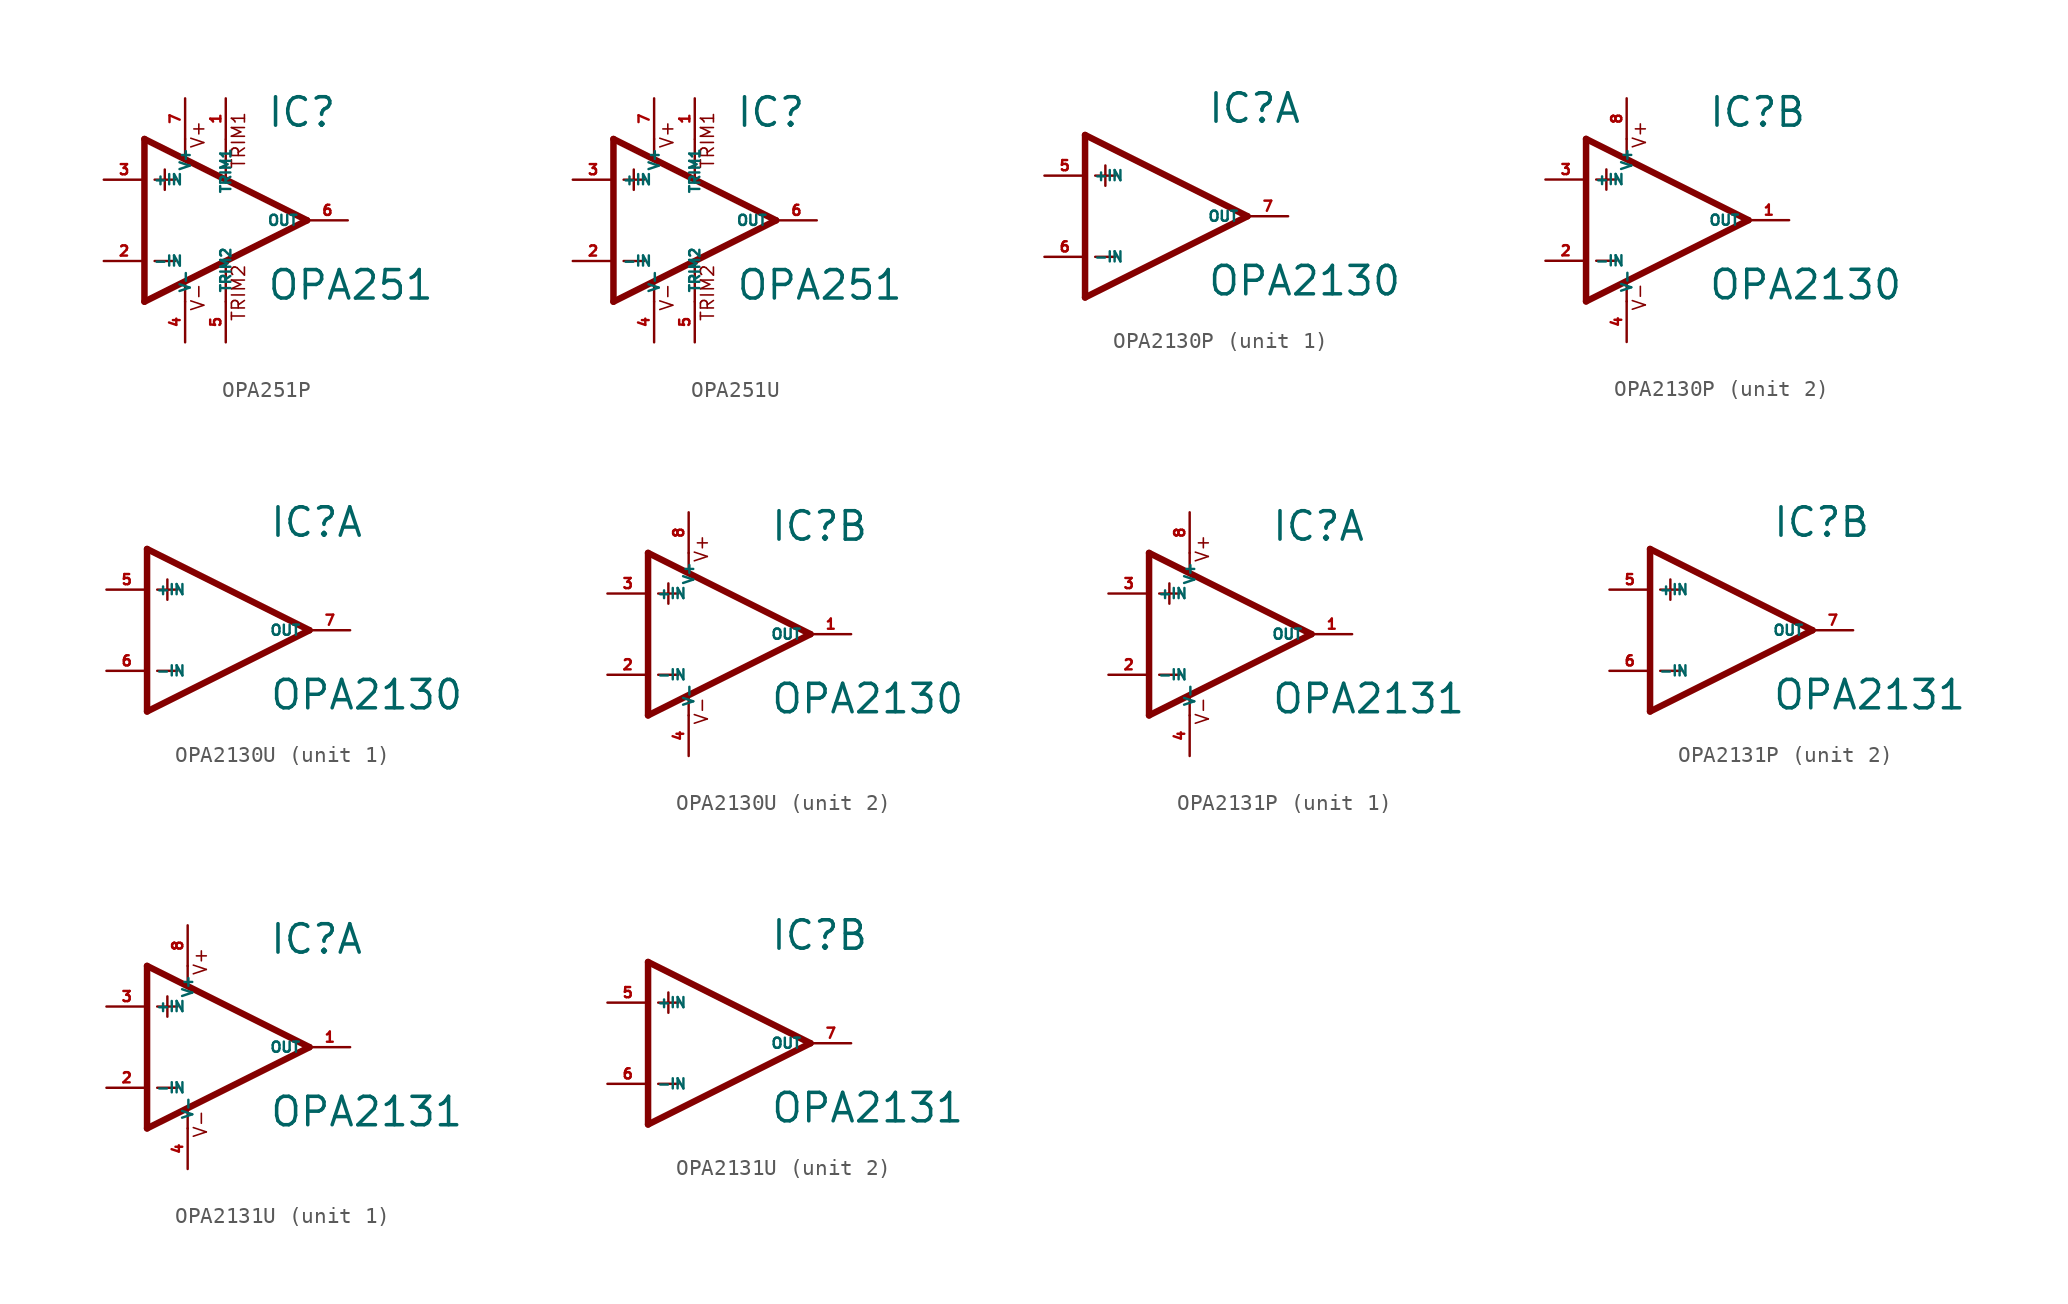
<source format=kicad_sym>
(kicad_symbol_lib
  (version 20220914)
  (generator Eagle2Kicad)
  (symbol "OPA251P"
    (property "Reference" "IC"
      (at 2.54 5.715 0)
      (effects (font (size 1.778 1.778) (thickness 0.22)) (justify left bottom)))
    (property "Value" "OPA251"
      (at 2.54 -5.08 0)
      (effects (font (size 1.778 1.778) (thickness 0.22)) (justify left bottom)))
    (polyline
      (pts (xy -3.81 3.175) (xy -3.81 1.905))
      (stroke (width 0.152) (type default))
      (fill (type none)))
    (polyline
      (pts (xy -4.445 2.54) (xy -3.175 2.54))
      (stroke (width 0.152) (type default))
      (fill (type none)))
    (polyline
      (pts (xy -4.445 -2.54) (xy -3.175 -2.54))
      (stroke (width 0.152) (type default))
      (fill (type none)))
    (polyline
      (pts (xy -2.54 5.08) (xy -2.54 3.886))
      (stroke (width 0.152) (type default))
      (fill (type none)))
    (polyline
      (pts (xy 0 5.055) (xy 0 2.616))
      (stroke (width 0.152) (type default))
      (fill (type none)))
    (polyline
      (pts (xy 0 -2.616) (xy 0 -5.08))
      (stroke (width 0.152) (type default))
      (fill (type none)))
    (polyline
      (pts (xy -2.54 -3.912) (xy -2.54 -5.08))
      (stroke (width 0.152) (type default))
      (fill (type none)))
    (polyline
      (pts (xy 5.08 0) (xy -5.08 5.08))
      (stroke (width 0.406) (type default))
      (fill (type none)))
    (polyline
      (pts (xy -5.08 5.08) (xy -5.08 -5.08))
      (stroke (width 0.406) (type default))
      (fill (type none)))
    (polyline
      (pts (xy -5.08 -5.08) (xy 5.08 0))
      (stroke (width 0.406) (type default))
      (fill (type none)))
    (text "V+"
      (at -1.27 4.445 900)
      (effects (font (size 0.813 0.813) (thickness 0.10)) (justify left bottom)))
    (text "V-"
      (at -1.27 -5.715 900)
      (effects (font (size 0.813 0.813) (thickness 0.10)) (justify left bottom)))
    (text "TRIM1"
      (at 1.27 3.175 900)
      (effects (font (size 0.813 0.813) (thickness 0.10)) (justify left bottom)))
    (text "TRIM2"
      (at 1.27 -6.35 900)
      (effects (font (size 0.813 0.813) (thickness 0.10)) (justify left bottom)))
    (pin passive line
      (at 0 7.62 270)
      (length 2.54)
      (name "TRIM1" (effects (font (size 0.635 0.635) (thickness 0.08)) (justify left bottom)))
      (number "1" (effects (font (size 0.635 0.635) (thickness 0.08)) (justify left bottom))))
    (pin input line
      (at -7.62 -2.54 0)
      (length 2.54)
      (name "-IN" (effects (font (size 0.635 0.635) (thickness 0.08)) (justify left bottom)))
      (number "2" (effects (font (size 0.635 0.635) (thickness 0.08)) (justify left bottom))))
    (pin input line
      (at -7.62 2.54 0)
      (length 2.54)
      (name "+IN" (effects (font (size 0.635 0.635) (thickness 0.08)) (justify left bottom)))
      (number "3" (effects (font (size 0.635 0.635) (thickness 0.08)) (justify left bottom))))
    (pin output line
      (at 7.62 0 180)
      (length 2.54)
      (name "OUT" (effects (font (size 0.635 0.635) (thickness 0.08)) (justify left bottom)))
      (number "6" (effects (font (size 0.635 0.635) (thickness 0.08)) (justify left bottom))))
    (pin passive line
      (at 0 -7.62 90)
      (length 2.54)
      (name "TRIM2" (effects (font (size 0.635 0.635) (thickness 0.08)) (justify left bottom)))
      (number "5" (effects (font (size 0.635 0.635) (thickness 0.08)) (justify left bottom))))
    (pin unspecified line
      (at -2.54 7.62 270)
      (length 2.54)
      (name "V+" (effects (font (size 0.635 0.635) (thickness 0.08)) (justify left bottom)))
      (number "7" (effects (font (size 0.635 0.635) (thickness 0.08)) (justify left bottom))))
    (pin unspecified line
      (at -2.54 -7.62 90)
      (length 2.54)
      (name "V-" (effects (font (size 0.635 0.635) (thickness 0.08)) (justify left bottom)))
      (number "4" (effects (font (size 0.635 0.635) (thickness 0.08)) (justify left bottom)))))
  (symbol "OPA251U"
    (property "Reference" "IC"
      (at 2.54 5.715 0)
      (effects (font (size 1.778 1.778) (thickness 0.22)) (justify left bottom)))
    (property "Value" "OPA251"
      (at 2.54 -5.08 0)
      (effects (font (size 1.778 1.778) (thickness 0.22)) (justify left bottom)))
    (polyline
      (pts (xy -3.81 3.175) (xy -3.81 1.905))
      (stroke (width 0.152) (type default))
      (fill (type none)))
    (polyline
      (pts (xy -4.445 2.54) (xy -3.175 2.54))
      (stroke (width 0.152) (type default))
      (fill (type none)))
    (polyline
      (pts (xy -4.445 -2.54) (xy -3.175 -2.54))
      (stroke (width 0.152) (type default))
      (fill (type none)))
    (polyline
      (pts (xy -2.54 5.08) (xy -2.54 3.886))
      (stroke (width 0.152) (type default))
      (fill (type none)))
    (polyline
      (pts (xy 0 5.055) (xy 0 2.616))
      (stroke (width 0.152) (type default))
      (fill (type none)))
    (polyline
      (pts (xy 0 -2.616) (xy 0 -5.08))
      (stroke (width 0.152) (type default))
      (fill (type none)))
    (polyline
      (pts (xy -2.54 -3.912) (xy -2.54 -5.08))
      (stroke (width 0.152) (type default))
      (fill (type none)))
    (polyline
      (pts (xy 5.08 0) (xy -5.08 5.08))
      (stroke (width 0.406) (type default))
      (fill (type none)))
    (polyline
      (pts (xy -5.08 5.08) (xy -5.08 -5.08))
      (stroke (width 0.406) (type default))
      (fill (type none)))
    (polyline
      (pts (xy -5.08 -5.08) (xy 5.08 0))
      (stroke (width 0.406) (type default))
      (fill (type none)))
    (text "V+"
      (at -1.27 4.445 900)
      (effects (font (size 0.813 0.813) (thickness 0.10)) (justify left bottom)))
    (text "V-"
      (at -1.27 -5.715 900)
      (effects (font (size 0.813 0.813) (thickness 0.10)) (justify left bottom)))
    (text "TRIM1"
      (at 1.27 3.175 900)
      (effects (font (size 0.813 0.813) (thickness 0.10)) (justify left bottom)))
    (text "TRIM2"
      (at 1.27 -6.35 900)
      (effects (font (size 0.813 0.813) (thickness 0.10)) (justify left bottom)))
    (pin passive line
      (at 0 7.62 270)
      (length 2.54)
      (name "TRIM1" (effects (font (size 0.635 0.635) (thickness 0.08)) (justify left bottom)))
      (number "1" (effects (font (size 0.635 0.635) (thickness 0.08)) (justify left bottom))))
    (pin input line
      (at -7.62 -2.54 0)
      (length 2.54)
      (name "-IN" (effects (font (size 0.635 0.635) (thickness 0.08)) (justify left bottom)))
      (number "2" (effects (font (size 0.635 0.635) (thickness 0.08)) (justify left bottom))))
    (pin input line
      (at -7.62 2.54 0)
      (length 2.54)
      (name "+IN" (effects (font (size 0.635 0.635) (thickness 0.08)) (justify left bottom)))
      (number "3" (effects (font (size 0.635 0.635) (thickness 0.08)) (justify left bottom))))
    (pin output line
      (at 7.62 0 180)
      (length 2.54)
      (name "OUT" (effects (font (size 0.635 0.635) (thickness 0.08)) (justify left bottom)))
      (number "6" (effects (font (size 0.635 0.635) (thickness 0.08)) (justify left bottom))))
    (pin passive line
      (at 0 -7.62 90)
      (length 2.54)
      (name "TRIM2" (effects (font (size 0.635 0.635) (thickness 0.08)) (justify left bottom)))
      (number "5" (effects (font (size 0.635 0.635) (thickness 0.08)) (justify left bottom))))
    (pin unspecified line
      (at -2.54 7.62 270)
      (length 2.54)
      (name "V+" (effects (font (size 0.635 0.635) (thickness 0.08)) (justify left bottom)))
      (number "7" (effects (font (size 0.635 0.635) (thickness 0.08)) (justify left bottom))))
    (pin unspecified line
      (at -2.54 -7.62 90)
      (length 2.54)
      (name "V-" (effects (font (size 0.635 0.635) (thickness 0.08)) (justify left bottom)))
      (number "4" (effects (font (size 0.635 0.635) (thickness 0.08)) (justify left bottom)))))
  (symbol "OPA2130P"
    (property "Reference" "IC"
      (at 2.54 5.715 0)
      (effects (font (size 1.778 1.778) (thickness 0.22)) (justify left bottom)))
    (property "Value" "OPA2130"
      (at 2.54 -5.08 0)
      (effects (font (size 1.778 1.778) (thickness 0.22)) (justify left bottom)))
    (symbol "OPA2130P_1_0"
      (polyline (pts (xy -3.81 3.175) (xy -3.81 1.905)) (stroke (width 0.152) (type default)) (fill (type none)))
      (polyline (pts (xy -4.445 2.54) (xy -3.175 2.54)) (stroke (width 0.152) (type default)) (fill (type none)))
      (polyline (pts (xy -4.445 -2.54) (xy -3.175 -2.54)) (stroke (width 0.152) (type default)) (fill (type none)))
      (polyline (pts (xy 5.08 0) (xy -5.08 5.08)) (stroke (width 0.406) (type default)) (fill (type none)))
      (polyline (pts (xy -5.08 5.08) (xy -5.08 -5.08)) (stroke (width 0.406) (type default)) (fill (type none)))
      (polyline (pts (xy -5.08 -5.08) (xy 5.08 0)) (stroke (width 0.406) (type default)) (fill (type none)))
      (pin input line (at -7.62 -2.54 0) (length 2.54) (name "-IN" (effects (font (size 0.635 0.635) (thickness 0.08)) (justify left bottom))) (number "6" (effects (font (size 0.635 0.635) (thickness 0.08)) (justify left bottom))))
      (pin input line (at -7.62 2.54 0) (length 2.54) (name "+IN" (effects (font (size 0.635 0.635) (thickness 0.08)) (justify left bottom))) (number "5" (effects (font (size 0.635 0.635) (thickness 0.08)) (justify left bottom))))
      (pin output line (at 7.62 0 180) (length 2.54) (name "OUT" (effects (font (size 0.635 0.635) (thickness 0.08)) (justify left bottom))) (number "7" (effects (font (size 0.635 0.635) (thickness 0.08)) (justify left bottom)))))
    (symbol "OPA2130P_2_0"
      (polyline (pts (xy -3.81 3.175) (xy -3.81 1.905)) (stroke (width 0.152) (type default)) (fill (type none)))
      (polyline (pts (xy -4.445 2.54) (xy -3.175 2.54)) (stroke (width 0.152) (type default)) (fill (type none)))
      (polyline (pts (xy -4.445 -2.54) (xy -3.175 -2.54)) (stroke (width 0.152) (type default)) (fill (type none)))
      (polyline (pts (xy -2.54 5.08) (xy -2.54 3.886)) (stroke (width 0.152) (type default)) (fill (type none)))
      (polyline (pts (xy -2.54 -3.912) (xy -2.54 -5.08)) (stroke (width 0.152) (type default)) (fill (type none)))
      (polyline (pts (xy 5.08 0) (xy -5.08 5.08)) (stroke (width 0.406) (type default)) (fill (type none)))
      (polyline (pts (xy -5.08 5.08) (xy -5.08 -5.08)) (stroke (width 0.406) (type default)) (fill (type none)))
      (polyline (pts (xy -5.08 -5.08) (xy 5.08 0)) (stroke (width 0.406) (type default)) (fill (type none)))
      (text "V+" (at -1.27 4.445 900) (effects (font (size 0.813 0.813) (thickness 0.10)) (justify left bottom)))
      (text "V-" (at -1.27 -5.715 900) (effects (font (size 0.813 0.813) (thickness 0.10)) (justify left bottom)))
      (pin input line (at -7.62 -2.54 0) (length 2.54) (name "-IN" (effects (font (size 0.635 0.635) (thickness 0.08)) (justify left bottom))) (number "2" (effects (font (size 0.635 0.635) (thickness 0.08)) (justify left bottom))))
      (pin input line (at -7.62 2.54 0) (length 2.54) (name "+IN" (effects (font (size 0.635 0.635) (thickness 0.08)) (justify left bottom))) (number "3" (effects (font (size 0.635 0.635) (thickness 0.08)) (justify left bottom))))
      (pin output line (at 7.62 0 180) (length 2.54) (name "OUT" (effects (font (size 0.635 0.635) (thickness 0.08)) (justify left bottom))) (number "1" (effects (font (size 0.635 0.635) (thickness 0.08)) (justify left bottom))))
      (pin unspecified line (at -2.54 7.62 270) (length 2.54) (name "V+" (effects (font (size 0.635 0.635) (thickness 0.08)) (justify left bottom))) (number "8" (effects (font (size 0.635 0.635) (thickness 0.08)) (justify left bottom))))
      (pin unspecified line (at -2.54 -7.62 90) (length 2.54) (name "V-" (effects (font (size 0.635 0.635) (thickness 0.08)) (justify left bottom))) (number "4" (effects (font (size 0.635 0.635) (thickness 0.08)) (justify left bottom))))))
  (symbol "OPA2130U"
    (property "Reference" "IC"
      (at 2.54 5.715 0)
      (effects (font (size 1.778 1.778) (thickness 0.22)) (justify left bottom)))
    (property "Value" "OPA2130"
      (at 2.54 -5.08 0)
      (effects (font (size 1.778 1.778) (thickness 0.22)) (justify left bottom)))
    (symbol "OPA2130U_1_0"
      (polyline (pts (xy -3.81 3.175) (xy -3.81 1.905)) (stroke (width 0.152) (type default)) (fill (type none)))
      (polyline (pts (xy -4.445 2.54) (xy -3.175 2.54)) (stroke (width 0.152) (type default)) (fill (type none)))
      (polyline (pts (xy -4.445 -2.54) (xy -3.175 -2.54)) (stroke (width 0.152) (type default)) (fill (type none)))
      (polyline (pts (xy 5.08 0) (xy -5.08 5.08)) (stroke (width 0.406) (type default)) (fill (type none)))
      (polyline (pts (xy -5.08 5.08) (xy -5.08 -5.08)) (stroke (width 0.406) (type default)) (fill (type none)))
      (polyline (pts (xy -5.08 -5.08) (xy 5.08 0)) (stroke (width 0.406) (type default)) (fill (type none)))
      (pin input line (at -7.62 -2.54 0) (length 2.54) (name "-IN" (effects (font (size 0.635 0.635) (thickness 0.08)) (justify left bottom))) (number "6" (effects (font (size 0.635 0.635) (thickness 0.08)) (justify left bottom))))
      (pin input line (at -7.62 2.54 0) (length 2.54) (name "+IN" (effects (font (size 0.635 0.635) (thickness 0.08)) (justify left bottom))) (number "5" (effects (font (size 0.635 0.635) (thickness 0.08)) (justify left bottom))))
      (pin output line (at 7.62 0 180) (length 2.54) (name "OUT" (effects (font (size 0.635 0.635) (thickness 0.08)) (justify left bottom))) (number "7" (effects (font (size 0.635 0.635) (thickness 0.08)) (justify left bottom)))))
    (symbol "OPA2130U_2_0"
      (polyline (pts (xy -3.81 3.175) (xy -3.81 1.905)) (stroke (width 0.152) (type default)) (fill (type none)))
      (polyline (pts (xy -4.445 2.54) (xy -3.175 2.54)) (stroke (width 0.152) (type default)) (fill (type none)))
      (polyline (pts (xy -4.445 -2.54) (xy -3.175 -2.54)) (stroke (width 0.152) (type default)) (fill (type none)))
      (polyline (pts (xy -2.54 5.08) (xy -2.54 3.886)) (stroke (width 0.152) (type default)) (fill (type none)))
      (polyline (pts (xy -2.54 -3.912) (xy -2.54 -5.08)) (stroke (width 0.152) (type default)) (fill (type none)))
      (polyline (pts (xy 5.08 0) (xy -5.08 5.08)) (stroke (width 0.406) (type default)) (fill (type none)))
      (polyline (pts (xy -5.08 5.08) (xy -5.08 -5.08)) (stroke (width 0.406) (type default)) (fill (type none)))
      (polyline (pts (xy -5.08 -5.08) (xy 5.08 0)) (stroke (width 0.406) (type default)) (fill (type none)))
      (text "V+" (at -1.27 4.445 900) (effects (font (size 0.813 0.813) (thickness 0.10)) (justify left bottom)))
      (text "V-" (at -1.27 -5.715 900) (effects (font (size 0.813 0.813) (thickness 0.10)) (justify left bottom)))
      (pin input line (at -7.62 -2.54 0) (length 2.54) (name "-IN" (effects (font (size 0.635 0.635) (thickness 0.08)) (justify left bottom))) (number "2" (effects (font (size 0.635 0.635) (thickness 0.08)) (justify left bottom))))
      (pin input line (at -7.62 2.54 0) (length 2.54) (name "+IN" (effects (font (size 0.635 0.635) (thickness 0.08)) (justify left bottom))) (number "3" (effects (font (size 0.635 0.635) (thickness 0.08)) (justify left bottom))))
      (pin output line (at 7.62 0 180) (length 2.54) (name "OUT" (effects (font (size 0.635 0.635) (thickness 0.08)) (justify left bottom))) (number "1" (effects (font (size 0.635 0.635) (thickness 0.08)) (justify left bottom))))
      (pin unspecified line (at -2.54 7.62 270) (length 2.54) (name "V+" (effects (font (size 0.635 0.635) (thickness 0.08)) (justify left bottom))) (number "8" (effects (font (size 0.635 0.635) (thickness 0.08)) (justify left bottom))))
      (pin unspecified line (at -2.54 -7.62 90) (length 2.54) (name "V-" (effects (font (size 0.635 0.635) (thickness 0.08)) (justify left bottom))) (number "4" (effects (font (size 0.635 0.635) (thickness 0.08)) (justify left bottom))))))
  (symbol "OPA2131P"
    (property "Reference" "IC"
      (at 2.54 5.715 0)
      (effects (font (size 1.778 1.778) (thickness 0.22)) (justify left bottom)))
    (property "Value" "OPA2131"
      (at 2.54 -5.08 0)
      (effects (font (size 1.778 1.778) (thickness 0.22)) (justify left bottom)))
    (symbol "OPA2131P_1_0"
      (polyline (pts (xy -3.81 3.175) (xy -3.81 1.905)) (stroke (width 0.152) (type default)) (fill (type none)))
      (polyline (pts (xy -4.445 2.54) (xy -3.175 2.54)) (stroke (width 0.152) (type default)) (fill (type none)))
      (polyline (pts (xy -4.445 -2.54) (xy -3.175 -2.54)) (stroke (width 0.152) (type default)) (fill (type none)))
      (polyline (pts (xy -2.54 5.08) (xy -2.54 3.886)) (stroke (width 0.152) (type default)) (fill (type none)))
      (polyline (pts (xy -2.54 -3.912) (xy -2.54 -5.08)) (stroke (width 0.152) (type default)) (fill (type none)))
      (polyline (pts (xy 5.08 0) (xy -5.08 5.08)) (stroke (width 0.406) (type default)) (fill (type none)))
      (polyline (pts (xy -5.08 5.08) (xy -5.08 -5.08)) (stroke (width 0.406) (type default)) (fill (type none)))
      (polyline (pts (xy -5.08 -5.08) (xy 5.08 0)) (stroke (width 0.406) (type default)) (fill (type none)))
      (text "V+" (at -1.27 4.445 900) (effects (font (size 0.813 0.813) (thickness 0.10)) (justify left bottom)))
      (text "V-" (at -1.27 -5.715 900) (effects (font (size 0.813 0.813) (thickness 0.10)) (justify left bottom)))
      (pin input line (at -7.62 -2.54 0) (length 2.54) (name "-IN" (effects (font (size 0.635 0.635) (thickness 0.08)) (justify left bottom))) (number "2" (effects (font (size 0.635 0.635) (thickness 0.08)) (justify left bottom))))
      (pin input line (at -7.62 2.54 0) (length 2.54) (name "+IN" (effects (font (size 0.635 0.635) (thickness 0.08)) (justify left bottom))) (number "3" (effects (font (size 0.635 0.635) (thickness 0.08)) (justify left bottom))))
      (pin output line (at 7.62 0 180) (length 2.54) (name "OUT" (effects (font (size 0.635 0.635) (thickness 0.08)) (justify left bottom))) (number "1" (effects (font (size 0.635 0.635) (thickness 0.08)) (justify left bottom))))
      (pin unspecified line (at -2.54 7.62 270) (length 2.54) (name "V+" (effects (font (size 0.635 0.635) (thickness 0.08)) (justify left bottom))) (number "8" (effects (font (size 0.635 0.635) (thickness 0.08)) (justify left bottom))))
      (pin unspecified line (at -2.54 -7.62 90) (length 2.54) (name "V-" (effects (font (size 0.635 0.635) (thickness 0.08)) (justify left bottom))) (number "4" (effects (font (size 0.635 0.635) (thickness 0.08)) (justify left bottom)))))
    (symbol "OPA2131P_2_0"
      (polyline (pts (xy -3.81 3.175) (xy -3.81 1.905)) (stroke (width 0.152) (type default)) (fill (type none)))
      (polyline (pts (xy -4.445 2.54) (xy -3.175 2.54)) (stroke (width 0.152) (type default)) (fill (type none)))
      (polyline (pts (xy -4.445 -2.54) (xy -3.175 -2.54)) (stroke (width 0.152) (type default)) (fill (type none)))
      (polyline (pts (xy 5.08 0) (xy -5.08 5.08)) (stroke (width 0.406) (type default)) (fill (type none)))
      (polyline (pts (xy -5.08 5.08) (xy -5.08 -5.08)) (stroke (width 0.406) (type default)) (fill (type none)))
      (polyline (pts (xy -5.08 -5.08) (xy 5.08 0)) (stroke (width 0.406) (type default)) (fill (type none)))
      (pin input line (at -7.62 -2.54 0) (length 2.54) (name "-IN" (effects (font (size 0.635 0.635) (thickness 0.08)) (justify left bottom))) (number "6" (effects (font (size 0.635 0.635) (thickness 0.08)) (justify left bottom))))
      (pin input line (at -7.62 2.54 0) (length 2.54) (name "+IN" (effects (font (size 0.635 0.635) (thickness 0.08)) (justify left bottom))) (number "5" (effects (font (size 0.635 0.635) (thickness 0.08)) (justify left bottom))))
      (pin output line (at 7.62 0 180) (length 2.54) (name "OUT" (effects (font (size 0.635 0.635) (thickness 0.08)) (justify left bottom))) (number "7" (effects (font (size 0.635 0.635) (thickness 0.08)) (justify left bottom))))))
  (symbol "OPA2131U"
    (property "Reference" "IC"
      (at 2.54 5.715 0)
      (effects (font (size 1.778 1.778) (thickness 0.22)) (justify left bottom)))
    (property "Value" "OPA2131"
      (at 2.54 -5.08 0)
      (effects (font (size 1.778 1.778) (thickness 0.22)) (justify left bottom)))
    (symbol "OPA2131U_1_0"
      (polyline (pts (xy -3.81 3.175) (xy -3.81 1.905)) (stroke (width 0.152) (type default)) (fill (type none)))
      (polyline (pts (xy -4.445 2.54) (xy -3.175 2.54)) (stroke (width 0.152) (type default)) (fill (type none)))
      (polyline (pts (xy -4.445 -2.54) (xy -3.175 -2.54)) (stroke (width 0.152) (type default)) (fill (type none)))
      (polyline (pts (xy -2.54 5.08) (xy -2.54 3.886)) (stroke (width 0.152) (type default)) (fill (type none)))
      (polyline (pts (xy -2.54 -3.912) (xy -2.54 -5.08)) (stroke (width 0.152) (type default)) (fill (type none)))
      (polyline (pts (xy 5.08 0) (xy -5.08 5.08)) (stroke (width 0.406) (type default)) (fill (type none)))
      (polyline (pts (xy -5.08 5.08) (xy -5.08 -5.08)) (stroke (width 0.406) (type default)) (fill (type none)))
      (polyline (pts (xy -5.08 -5.08) (xy 5.08 0)) (stroke (width 0.406) (type default)) (fill (type none)))
      (text "V+" (at -1.27 4.445 900) (effects (font (size 0.813 0.813) (thickness 0.10)) (justify left bottom)))
      (text "V-" (at -1.27 -5.715 900) (effects (font (size 0.813 0.813) (thickness 0.10)) (justify left bottom)))
      (pin input line (at -7.62 -2.54 0) (length 2.54) (name "-IN" (effects (font (size 0.635 0.635) (thickness 0.08)) (justify left bottom))) (number "2" (effects (font (size 0.635 0.635) (thickness 0.08)) (justify left bottom))))
      (pin input line (at -7.62 2.54 0) (length 2.54) (name "+IN" (effects (font (size 0.635 0.635) (thickness 0.08)) (justify left bottom))) (number "3" (effects (font (size 0.635 0.635) (thickness 0.08)) (justify left bottom))))
      (pin output line (at 7.62 0 180) (length 2.54) (name "OUT" (effects (font (size 0.635 0.635) (thickness 0.08)) (justify left bottom))) (number "1" (effects (font (size 0.635 0.635) (thickness 0.08)) (justify left bottom))))
      (pin unspecified line (at -2.54 7.62 270) (length 2.54) (name "V+" (effects (font (size 0.635 0.635) (thickness 0.08)) (justify left bottom))) (number "8" (effects (font (size 0.635 0.635) (thickness 0.08)) (justify left bottom))))
      (pin unspecified line (at -2.54 -7.62 90) (length 2.54) (name "V-" (effects (font (size 0.635 0.635) (thickness 0.08)) (justify left bottom))) (number "4" (effects (font (size 0.635 0.635) (thickness 0.08)) (justify left bottom)))))
    (symbol "OPA2131U_2_0"
      (polyline (pts (xy -3.81 3.175) (xy -3.81 1.905)) (stroke (width 0.152) (type default)) (fill (type none)))
      (polyline (pts (xy -4.445 2.54) (xy -3.175 2.54)) (stroke (width 0.152) (type default)) (fill (type none)))
      (polyline (pts (xy -4.445 -2.54) (xy -3.175 -2.54)) (stroke (width 0.152) (type default)) (fill (type none)))
      (polyline (pts (xy 5.08 0) (xy -5.08 5.08)) (stroke (width 0.406) (type default)) (fill (type none)))
      (polyline (pts (xy -5.08 5.08) (xy -5.08 -5.08)) (stroke (width 0.406) (type default)) (fill (type none)))
      (polyline (pts (xy -5.08 -5.08) (xy 5.08 0)) (stroke (width 0.406) (type default)) (fill (type none)))
      (pin input line (at -7.62 -2.54 0) (length 2.54) (name "-IN" (effects (font (size 0.635 0.635) (thickness 0.08)) (justify left bottom))) (number "6" (effects (font (size 0.635 0.635) (thickness 0.08)) (justify left bottom))))
      (pin input line (at -7.62 2.54 0) (length 2.54) (name "+IN" (effects (font (size 0.635 0.635) (thickness 0.08)) (justify left bottom))) (number "5" (effects (font (size 0.635 0.635) (thickness 0.08)) (justify left bottom))))
      (pin output line (at 7.62 0 180) (length 2.54) (name "OUT" (effects (font (size 0.635 0.635) (thickness 0.08)) (justify left bottom))) (number "7" (effects (font (size 0.635 0.635) (thickness 0.08)) (justify left bottom)))))))
</source>
